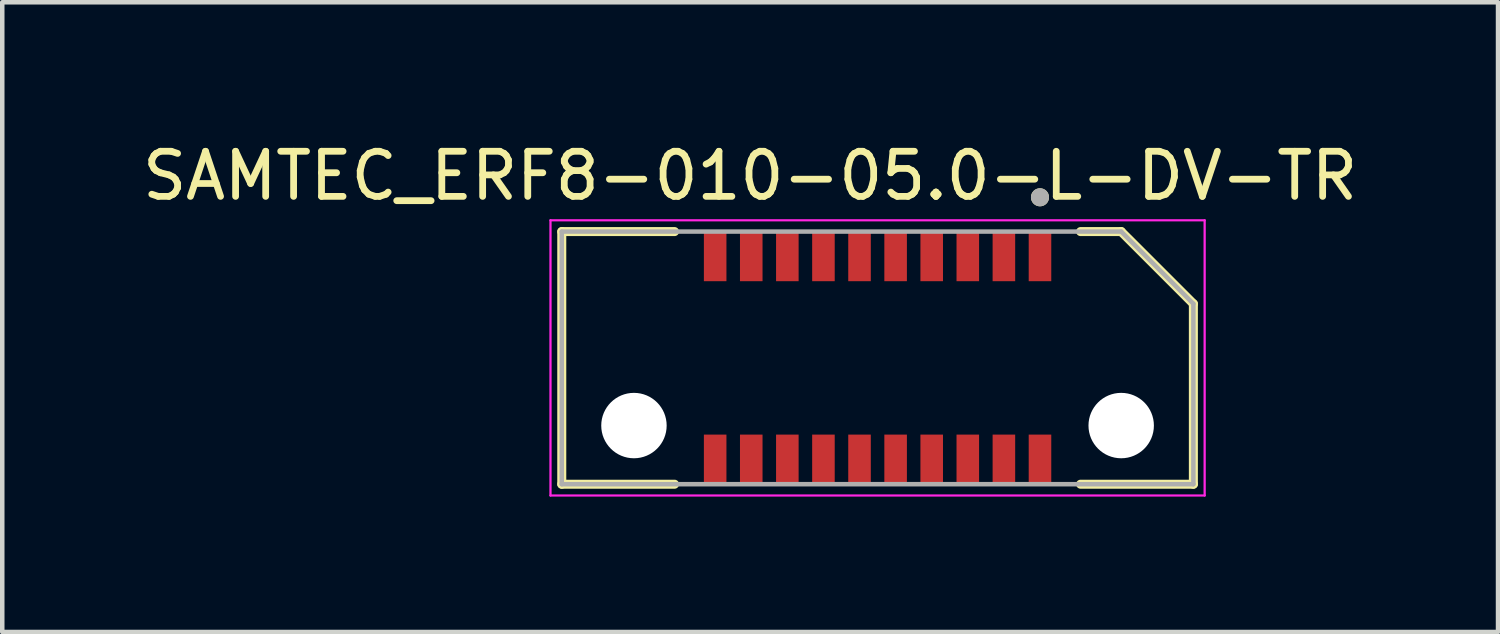
<source format=kicad_pcb>
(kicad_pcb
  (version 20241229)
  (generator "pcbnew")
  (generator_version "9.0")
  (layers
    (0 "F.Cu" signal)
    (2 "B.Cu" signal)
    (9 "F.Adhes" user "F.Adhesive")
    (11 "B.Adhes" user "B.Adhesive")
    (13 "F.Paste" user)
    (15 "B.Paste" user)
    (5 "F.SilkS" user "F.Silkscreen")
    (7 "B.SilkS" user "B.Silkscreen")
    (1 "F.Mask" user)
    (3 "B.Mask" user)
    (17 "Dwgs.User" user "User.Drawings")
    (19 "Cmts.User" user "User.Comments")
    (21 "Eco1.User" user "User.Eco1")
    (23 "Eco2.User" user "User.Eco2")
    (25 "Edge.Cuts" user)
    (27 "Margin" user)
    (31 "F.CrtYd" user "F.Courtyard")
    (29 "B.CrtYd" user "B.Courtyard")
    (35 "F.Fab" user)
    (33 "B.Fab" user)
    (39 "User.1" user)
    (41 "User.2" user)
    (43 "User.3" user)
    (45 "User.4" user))
  (footprint "SAMTEC_ERF8-010-05.0-L-DV-TR"
    (layer "F.Cu")
    (at 16.402 4.883)
    (property "Reference" "SAMTEC_ERF8-010-05.0-L-DV-TR" (at -2.825 -4.035 0) (layer "F.SilkS") (effects (font (size 1 1) (thickness 0.15))))
    (attr smd)
    (fp_line (start -7 -2.8) (end -4.5 -2.8) (stroke (width 0.2) (type solid)) (layer "F.SilkS"))
    (fp_line (start -7 2.8) (end -7 -2.8) (stroke (width 0.2) (type solid)) (layer "F.SilkS"))
    (fp_line (start -7 2.8) (end -4.5 2.8) (stroke (width 0.2) (type solid)) (layer "F.SilkS"))
    (fp_line (start 5.4 -2.8) (end 4.5 -2.8) (stroke (width 0.2) (type solid)) (layer "F.SilkS"))
    (fp_line (start 7 -1.2) (end 5.4 -2.8) (stroke (width 0.2) (type solid)) (layer "F.SilkS"))
    (fp_line (start 7 2.8) (end 4.5 2.8) (stroke (width 0.2) (type solid)) (layer "F.SilkS"))
    (fp_line (start 7 2.8) (end 7 -1.2) (stroke (width 0.2) (type solid)) (layer "F.SilkS"))
    (fp_circle (center 3.6 -3.56) (end 3.7 -3.56) (stroke (width 0.2) (type solid)) (fill no) (layer "F.SilkS"))
    (fp_line (start -7.25 -3.05) (end 7.25 -3.05) (stroke (width 0.05) (type solid)) (layer "F.CrtYd"))
    (fp_line (start -7.25 3.05) (end -7.25 -3.05) (stroke (width 0.05) (type solid)) (layer "F.CrtYd"))
    (fp_line (start 7.25 -3.05) (end 7.25 3.05) (stroke (width 0.05) (type solid)) (layer "F.CrtYd"))
    (fp_line (start 7.25 3.05) (end -7.25 3.05) (stroke (width 0.05) (type solid)) (layer "F.CrtYd"))
    (fp_line (start -7 -2.8) (end 5.4 -2.8) (stroke (width 0.1) (type solid)) (layer "F.Fab"))
    (fp_line (start -7 2.8) (end -7 -2.8) (stroke (width 0.1) (type solid)) (layer "F.Fab"))
    (fp_line (start 7 -1.2) (end 5.4 -2.8) (stroke (width 0.1) (type solid)) (layer "F.Fab"))
    (fp_line (start 7 -1.2) (end 7 2.8) (stroke (width 0.1) (type solid)) (layer "F.Fab"))
    (fp_line (start 7 2.8) (end -7 2.8) (stroke (width 0.1) (type solid)) (layer "F.Fab"))
    (fp_circle (center 3.6 -3.56) (end 3.7 -3.56) (stroke (width 0.2) (type solid)) (fill no) (layer "F.Fab"))
    (pad "" np_thru_hole circle (at -5.4 1.5) (size 1.45 1.45) (drill 1.45) (layers "*.Cu" "*.Mask"))
    (pad "" np_thru_hole circle (at 5.4 1.5) (size 1.45 1.45) (drill 1.45) (layers "*.Cu" "*.Mask"))
    (pad "01" smd rect (at 3.6 -2.25) (size 0.5 1.1) (layers "F.Cu" "F.Mask" "F.Paste"))
    (pad "02" smd rect (at 3.6 2.25) (size 0.5 1.1) (layers "F.Cu" "F.Mask" "F.Paste"))
    (pad "03" smd rect (at 2.8 -2.25) (size 0.5 1.1) (layers "F.Cu" "F.Mask" "F.Paste"))
    (pad "04" smd rect (at 2.8 2.25) (size 0.5 1.1) (layers "F.Cu" "F.Mask" "F.Paste"))
    (pad "05" smd rect (at 2 -2.25) (size 0.5 1.1) (layers "F.Cu" "F.Mask" "F.Paste"))
    (pad "06" smd rect (at 2 2.25) (size 0.5 1.1) (layers "F.Cu" "F.Mask" "F.Paste"))
    (pad "07" smd rect (at 1.2 -2.25) (size 0.5 1.1) (layers "F.Cu" "F.Mask" "F.Paste"))
    (pad "08" smd rect (at 1.2 2.25) (size 0.5 1.1) (layers "F.Cu" "F.Mask" "F.Paste"))
    (pad "09" smd rect (at 0.4 -2.25) (size 0.5 1.1) (layers "F.Cu" "F.Mask" "F.Paste"))
    (pad "10" smd rect (at 0.4 2.25) (size 0.5 1.1) (layers "F.Cu" "F.Mask" "F.Paste"))
    (pad "11" smd rect (at -0.4 -2.25) (size 0.5 1.1) (layers "F.Cu" "F.Mask" "F.Paste"))
    (pad "12" smd rect (at -0.4 2.25) (size 0.5 1.1) (layers "F.Cu" "F.Mask" "F.Paste"))
    (pad "13" smd rect (at -1.2 -2.25) (size 0.5 1.1) (layers "F.Cu" "F.Mask" "F.Paste"))
    (pad "14" smd rect (at -1.2 2.25) (size 0.5 1.1) (layers "F.Cu" "F.Mask" "F.Paste"))
    (pad "15" smd rect (at -2 -2.25) (size 0.5 1.1) (layers "F.Cu" "F.Mask" "F.Paste"))
    (pad "16" smd rect (at -2 2.25) (size 0.5 1.1) (layers "F.Cu" "F.Mask" "F.Paste"))
    (pad "17" smd rect (at -2.8 -2.25) (size 0.5 1.1) (layers "F.Cu" "F.Mask" "F.Paste"))
    (pad "18" smd rect (at -2.8 2.25) (size 0.5 1.1) (layers "F.Cu" "F.Mask" "F.Paste"))
    (pad "19" smd rect (at -3.6 -2.25) (size 0.5 1.1) (layers "F.Cu" "F.Mask" "F.Paste"))
    (pad "20" smd rect (at -3.6 2.25) (size 0.5 1.1) (layers "F.Cu" "F.Mask" "F.Paste")))
  (gr_rect
    (start -3 -3)
    (end 30.155 10.958)
    (stroke (width 0.1) (type default))
    (fill no)
    (layer "Edge.Cuts")))
</source>
